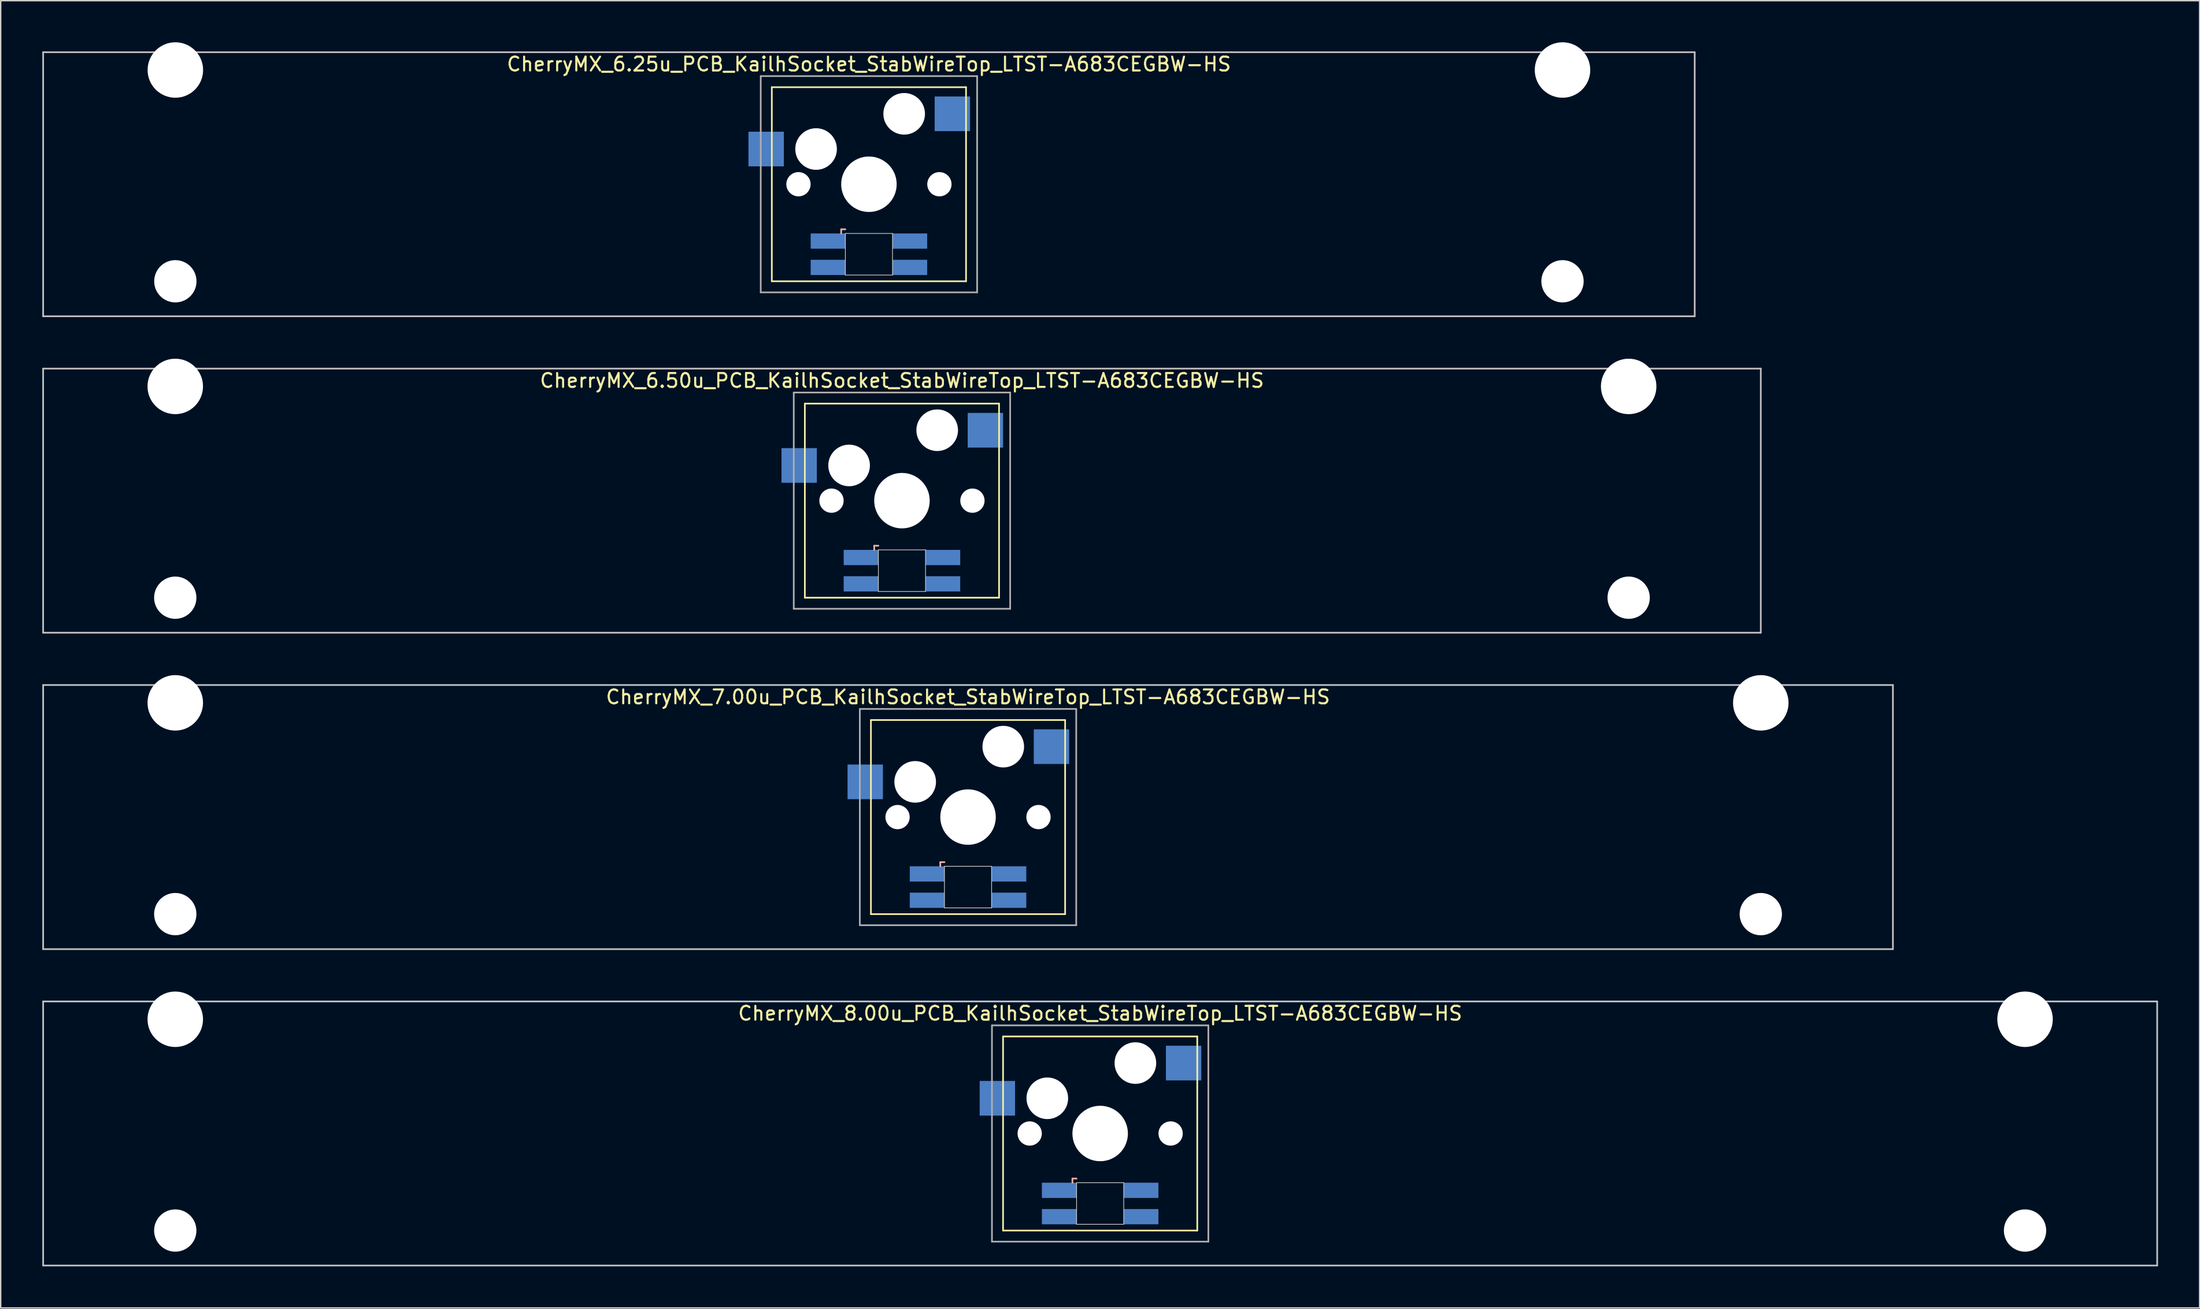
<source format=kicad_pcb>
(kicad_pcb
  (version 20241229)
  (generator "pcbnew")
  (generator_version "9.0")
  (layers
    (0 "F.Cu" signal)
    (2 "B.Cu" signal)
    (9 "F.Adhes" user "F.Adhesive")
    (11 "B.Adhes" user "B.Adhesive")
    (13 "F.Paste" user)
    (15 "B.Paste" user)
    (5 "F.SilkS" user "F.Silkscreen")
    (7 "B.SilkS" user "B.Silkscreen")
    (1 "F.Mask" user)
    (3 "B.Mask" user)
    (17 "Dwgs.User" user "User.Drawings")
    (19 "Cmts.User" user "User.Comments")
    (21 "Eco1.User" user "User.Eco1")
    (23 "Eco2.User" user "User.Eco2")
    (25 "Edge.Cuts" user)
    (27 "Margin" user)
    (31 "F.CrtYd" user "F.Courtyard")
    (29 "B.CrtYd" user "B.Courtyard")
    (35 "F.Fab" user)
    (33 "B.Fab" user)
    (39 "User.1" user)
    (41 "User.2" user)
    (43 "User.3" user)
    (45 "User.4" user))
  (footprint "CherryMX_6.25u_PCB_KailhSocket_StabWireTop_LTST-A683CEGBW-HS"
    (layer "F.Cu")
    (at 59.591 10.24)
    (property "Reference" "CherryMX_6.25u_PCB_KailhSocket_StabWireTop_LTST-A683CEGBW-HS" (at 0 -8.662 0) (layer "F.SilkS") (effects (font (size 1 1) (thickness 0.15))))
    (attr through_hole)
    (fp_line (start -7 -7) (end -7 7) (stroke (width 0.12) (type solid)) (layer "F.SilkS"))
    (fp_line (start -7 -7) (end 7 -7) (stroke (width 0.12) (type solid)) (layer "F.SilkS"))
    (fp_line (start 7 -7) (end 7 7) (stroke (width 0.12) (type solid)) (layer "F.SilkS"))
    (fp_line (start 7 7) (end -7 7) (stroke (width 0.12) (type solid)) (layer "F.SilkS"))
    (fp_line (start -2 3.25) (end -2 3.55) (stroke (width 0.12) (type solid)) (layer "B.SilkS"))
    (fp_line (start -1.7 3.25) (end -2 3.25) (stroke (width 0.12) (type solid)) (layer "B.SilkS"))
    (fp_line (start -59.531 -9.525) (end 59.531 -9.525) (stroke (width 0.12) (type solid)) (layer "Dwgs.User"))
    (fp_line (start -59.531 9.525) (end -59.531 -9.525) (stroke (width 0.12) (type solid)) (layer "Dwgs.User"))
    (fp_line (start 59.531 -9.525) (end 59.531 9.525) (stroke (width 0.12) (type solid)) (layer "Dwgs.User"))
    (fp_line (start 59.531 9.525) (end -59.531 9.525) (stroke (width 0.12) (type solid)) (layer "Dwgs.User"))
    (fp_line (start -1.7 3.55) (end 1.7 3.55) (stroke (width 0.05) (type solid)) (layer "Edge.Cuts"))
    (fp_line (start -1.7 6.55) (end -1.7 3.55) (stroke (width 0.05) (type solid)) (layer "Edge.Cuts"))
    (fp_line (start 1.7 3.55) (end 1.7 6.55) (stroke (width 0.05) (type solid)) (layer "Edge.Cuts"))
    (fp_line (start 1.7 6.55) (end -1.7 6.55) (stroke (width 0.05) (type solid)) (layer "Edge.Cuts"))
    (fp_line (start -7.8 -7.8) (end -7.8 7.8) (stroke (width 0.12) (type solid)) (layer "F.Fab"))
    (fp_line (start -7.8 -7.8) (end 7.8 -7.8) (stroke (width 0.12) (type solid)) (layer "F.Fab"))
    (fp_line (start -7.8 7.8) (end 7.8 7.8) (stroke (width 0.12) (type solid)) (layer "F.Fab"))
    (fp_line (start 7.8 -7.8) (end 7.8 7.8) (stroke (width 0.12) (type solid)) (layer "F.Fab"))
    (pad "" np_thru_hole circle (at -50 -8.24) (size 4 4) (drill 4) (layers "*.Cu" "*.Mask"))
    (pad "" np_thru_hole circle (at -50 7) (size 3.05 3.05) (drill 3.05) (layers "*.Cu" "*.Mask"))
    (pad "" np_thru_hole circle (at -5.08 0) (size 1.75 1.75) (drill 1.75) (layers "*.Cu" "*.Mask"))
    (pad "" np_thru_hole circle (at -3.81 -2.54) (size 3 3) (drill 3) (layers "*.Cu" "*.Mask"))
    (pad "" np_thru_hole circle (at 0 0) (size 4 4) (drill 4) (layers "*.Cu" "*.Mask"))
    (pad "" np_thru_hole circle (at 2.54 -5.08) (size 3 3) (drill 3) (layers "*.Cu" "*.Mask"))
    (pad "" np_thru_hole circle (at 5.08 0) (size 1.75 1.75) (drill 1.75) (layers "*.Cu" "*.Mask"))
    (pad "" np_thru_hole circle (at 50 -8.24) (size 4 4) (drill 4) (layers "*.Cu" "*.Mask"))
    (pad "" np_thru_hole circle (at 50 7) (size 3.05 3.05) (drill 3.05) (layers "*.Cu" "*.Mask"))
    (pad "1" smd rect (at -7.41 -2.54) (size 2.55 2.5) (layers "B.Cu" "B.Mask" "B.Paste"))
    (pad "2" smd rect (at 6.015 -5.08) (size 2.55 2.5) (layers "B.Cu" "B.Mask" "B.Paste"))
    (pad "3" smd rect (at -2.95 4.1) (size 2.5 1.1) (layers "B.Cu" "B.Mask" "B.Paste"))
    (pad "4" smd rect (at -2.95 6) (size 2.5 1.1) (layers "B.Cu" "B.Mask" "B.Paste"))
    (pad "5" smd rect (at 2.95 4.1) (size 2.5 1.1) (layers "B.Cu" "B.Mask" "B.Paste"))
    (pad "6" smd rect (at 2.95 6) (size 2.5 1.1) (layers "B.Cu" "B.Mask" "B.Paste")))
  (footprint "CherryMX_7.00u_PCB_KailhSocket_StabWireTop_LTST-A683CEGBW-HS"
    (layer "F.Cu")
    (at 66.735 55.89)
    (property "Reference" "CherryMX_7.00u_PCB_KailhSocket_StabWireTop_LTST-A683CEGBW-HS" (at 0 -8.662 0) (layer "F.SilkS") (effects (font (size 1 1) (thickness 0.15))))
    (attr through_hole)
    (fp_line (start -7 -7) (end -7 7) (stroke (width 0.12) (type solid)) (layer "F.SilkS"))
    (fp_line (start -7 -7) (end 7 -7) (stroke (width 0.12) (type solid)) (layer "F.SilkS"))
    (fp_line (start 7 -7) (end 7 7) (stroke (width 0.12) (type solid)) (layer "F.SilkS"))
    (fp_line (start 7 7) (end -7 7) (stroke (width 0.12) (type solid)) (layer "F.SilkS"))
    (fp_line (start -2 3.25) (end -2 3.55) (stroke (width 0.12) (type solid)) (layer "B.SilkS"))
    (fp_line (start -1.7 3.25) (end -2 3.25) (stroke (width 0.12) (type solid)) (layer "B.SilkS"))
    (fp_line (start -66.675 -9.525) (end 66.675 -9.525) (stroke (width 0.12) (type solid)) (layer "Dwgs.User"))
    (fp_line (start -66.675 9.525) (end -66.675 -9.525) (stroke (width 0.12) (type solid)) (layer "Dwgs.User"))
    (fp_line (start 66.675 -9.525) (end 66.675 9.525) (stroke (width 0.12) (type solid)) (layer "Dwgs.User"))
    (fp_line (start 66.675 9.525) (end -66.675 9.525) (stroke (width 0.12) (type solid)) (layer "Dwgs.User"))
    (fp_line (start -1.7 3.55) (end 1.7 3.55) (stroke (width 0.05) (type solid)) (layer "Edge.Cuts"))
    (fp_line (start -1.7 6.55) (end -1.7 3.55) (stroke (width 0.05) (type solid)) (layer "Edge.Cuts"))
    (fp_line (start 1.7 3.55) (end 1.7 6.55) (stroke (width 0.05) (type solid)) (layer "Edge.Cuts"))
    (fp_line (start 1.7 6.55) (end -1.7 6.55) (stroke (width 0.05) (type solid)) (layer "Edge.Cuts"))
    (fp_line (start -7.8 -7.8) (end -7.8 7.8) (stroke (width 0.12) (type solid)) (layer "F.Fab"))
    (fp_line (start -7.8 -7.8) (end 7.8 -7.8) (stroke (width 0.12) (type solid)) (layer "F.Fab"))
    (fp_line (start -7.8 7.8) (end 7.8 7.8) (stroke (width 0.12) (type solid)) (layer "F.Fab"))
    (fp_line (start 7.8 -7.8) (end 7.8 7.8) (stroke (width 0.12) (type solid)) (layer "F.Fab"))
    (pad "" np_thru_hole circle (at -57.15 -8.24) (size 4 4) (drill 4) (layers "*.Cu" "*.Mask"))
    (pad "" np_thru_hole circle (at -57.15 7) (size 3.05 3.05) (drill 3.05) (layers "*.Cu" "*.Mask"))
    (pad "" np_thru_hole circle (at -5.08 0) (size 1.75 1.75) (drill 1.75) (layers "*.Cu" "*.Mask"))
    (pad "" np_thru_hole circle (at -3.81 -2.54) (size 3 3) (drill 3) (layers "*.Cu" "*.Mask"))
    (pad "" np_thru_hole circle (at 0 0) (size 4 4) (drill 4) (layers "*.Cu" "*.Mask"))
    (pad "" np_thru_hole circle (at 2.54 -5.08) (size 3 3) (drill 3) (layers "*.Cu" "*.Mask"))
    (pad "" np_thru_hole circle (at 5.08 0) (size 1.75 1.75) (drill 1.75) (layers "*.Cu" "*.Mask"))
    (pad "" np_thru_hole circle (at 57.15 -8.24) (size 4 4) (drill 4) (layers "*.Cu" "*.Mask"))
    (pad "" np_thru_hole circle (at 57.15 7) (size 3.05 3.05) (drill 3.05) (layers "*.Cu" "*.Mask"))
    (pad "1" smd rect (at -7.41 -2.54) (size 2.55 2.5) (layers "B.Cu" "B.Mask" "B.Paste"))
    (pad "2" smd rect (at 6.015 -5.08) (size 2.55 2.5) (layers "B.Cu" "B.Mask" "B.Paste"))
    (pad "3" smd rect (at -2.95 4.1) (size 2.5 1.1) (layers "B.Cu" "B.Mask" "B.Paste"))
    (pad "4" smd rect (at -2.95 6) (size 2.5 1.1) (layers "B.Cu" "B.Mask" "B.Paste"))
    (pad "5" smd rect (at 2.95 4.1) (size 2.5 1.1) (layers "B.Cu" "B.Mask" "B.Paste"))
    (pad "6" smd rect (at 2.95 6) (size 2.5 1.1) (layers "B.Cu" "B.Mask" "B.Paste")))
  (footprint "CherryMX_8.00u_PCB_KailhSocket_StabWireTop_LTST-A683CEGBW-HS"
    (layer "F.Cu")
    (at 76.26 78.715)
    (property "Reference" "CherryMX_8.00u_PCB_KailhSocket_StabWireTop_LTST-A683CEGBW-HS" (at 0 -8.662 0) (layer "F.SilkS") (effects (font (size 1 1) (thickness 0.15))))
    (attr through_hole)
    (fp_line (start -7 -7) (end -7 7) (stroke (width 0.12) (type solid)) (layer "F.SilkS"))
    (fp_line (start -7 -7) (end 7 -7) (stroke (width 0.12) (type solid)) (layer "F.SilkS"))
    (fp_line (start 7 -7) (end 7 7) (stroke (width 0.12) (type solid)) (layer "F.SilkS"))
    (fp_line (start 7 7) (end -7 7) (stroke (width 0.12) (type solid)) (layer "F.SilkS"))
    (fp_line (start -2 3.25) (end -2 3.55) (stroke (width 0.12) (type solid)) (layer "B.SilkS"))
    (fp_line (start -1.7 3.25) (end -2 3.25) (stroke (width 0.12) (type solid)) (layer "B.SilkS"))
    (fp_line (start -76.2 -9.525) (end 76.2 -9.525) (stroke (width 0.12) (type solid)) (layer "Dwgs.User"))
    (fp_line (start -76.2 9.525) (end -76.2 -9.525) (stroke (width 0.12) (type solid)) (layer "Dwgs.User"))
    (fp_line (start 76.2 -9.525) (end 76.2 9.525) (stroke (width 0.12) (type solid)) (layer "Dwgs.User"))
    (fp_line (start 76.2 9.525) (end -76.2 9.525) (stroke (width 0.12) (type solid)) (layer "Dwgs.User"))
    (fp_line (start -1.7 3.55) (end 1.7 3.55) (stroke (width 0.05) (type solid)) (layer "Edge.Cuts"))
    (fp_line (start -1.7 6.55) (end -1.7 3.55) (stroke (width 0.05) (type solid)) (layer "Edge.Cuts"))
    (fp_line (start 1.7 3.55) (end 1.7 6.55) (stroke (width 0.05) (type solid)) (layer "Edge.Cuts"))
    (fp_line (start 1.7 6.55) (end -1.7 6.55) (stroke (width 0.05) (type solid)) (layer "Edge.Cuts"))
    (fp_line (start -7.8 -7.8) (end -7.8 7.8) (stroke (width 0.12) (type solid)) (layer "F.Fab"))
    (fp_line (start -7.8 -7.8) (end 7.8 -7.8) (stroke (width 0.12) (type solid)) (layer "F.Fab"))
    (fp_line (start -7.8 7.8) (end 7.8 7.8) (stroke (width 0.12) (type solid)) (layer "F.Fab"))
    (fp_line (start 7.8 -7.8) (end 7.8 7.8) (stroke (width 0.12) (type solid)) (layer "F.Fab"))
    (pad "" np_thru_hole circle (at -66.675 -8.24) (size 4 4) (drill 4) (layers "*.Cu" "*.Mask"))
    (pad "" np_thru_hole circle (at -66.675 7) (size 3.05 3.05) (drill 3.05) (layers "*.Cu" "*.Mask"))
    (pad "" np_thru_hole circle (at -5.08 0) (size 1.75 1.75) (drill 1.75) (layers "*.Cu" "*.Mask"))
    (pad "" np_thru_hole circle (at -3.81 -2.54) (size 3 3) (drill 3) (layers "*.Cu" "*.Mask"))
    (pad "" np_thru_hole circle (at 0 0) (size 4 4) (drill 4) (layers "*.Cu" "*.Mask"))
    (pad "" np_thru_hole circle (at 2.54 -5.08) (size 3 3) (drill 3) (layers "*.Cu" "*.Mask"))
    (pad "" np_thru_hole circle (at 5.08 0) (size 1.75 1.75) (drill 1.75) (layers "*.Cu" "*.Mask"))
    (pad "" np_thru_hole circle (at 66.675 -8.24) (size 4 4) (drill 4) (layers "*.Cu" "*.Mask"))
    (pad "" np_thru_hole circle (at 66.675 7) (size 3.05 3.05) (drill 3.05) (layers "*.Cu" "*.Mask"))
    (pad "1" smd rect (at -7.41 -2.54) (size 2.55 2.5) (layers "B.Cu" "B.Mask" "B.Paste"))
    (pad "2" smd rect (at 6.015 -5.08) (size 2.55 2.5) (layers "B.Cu" "B.Mask" "B.Paste"))
    (pad "3" smd rect (at -2.95 4.1) (size 2.5 1.1) (layers "B.Cu" "B.Mask" "B.Paste"))
    (pad "4" smd rect (at -2.95 6) (size 2.5 1.1) (layers "B.Cu" "B.Mask" "B.Paste"))
    (pad "5" smd rect (at 2.95 4.1) (size 2.5 1.1) (layers "B.Cu" "B.Mask" "B.Paste"))
    (pad "6" smd rect (at 2.95 6) (size 2.5 1.1) (layers "B.Cu" "B.Mask" "B.Paste")))
  (footprint "CherryMX_6.50u_PCB_KailhSocket_StabWireTop_LTST-A683CEGBW-HS"
    (layer "F.Cu")
    (at 61.972 33.065)
    (property "Reference" "CherryMX_6.50u_PCB_KailhSocket_StabWireTop_LTST-A683CEGBW-HS" (at 0 -8.662 0) (layer "F.SilkS") (effects (font (size 1 1) (thickness 0.15))))
    (attr through_hole)
    (fp_line (start -7 -7) (end -7 7) (stroke (width 0.12) (type solid)) (layer "F.SilkS"))
    (fp_line (start -7 -7) (end 7 -7) (stroke (width 0.12) (type solid)) (layer "F.SilkS"))
    (fp_line (start 7 -7) (end 7 7) (stroke (width 0.12) (type solid)) (layer "F.SilkS"))
    (fp_line (start 7 7) (end -7 7) (stroke (width 0.12) (type solid)) (layer "F.SilkS"))
    (fp_line (start -2 3.25) (end -2 3.55) (stroke (width 0.12) (type solid)) (layer "B.SilkS"))
    (fp_line (start -1.7 3.25) (end -2 3.25) (stroke (width 0.12) (type solid)) (layer "B.SilkS"))
    (fp_line (start -61.913 -9.525) (end 61.913 -9.525) (stroke (width 0.12) (type solid)) (layer "Dwgs.User"))
    (fp_line (start -61.913 9.525) (end -61.913 -9.525) (stroke (width 0.12) (type solid)) (layer "Dwgs.User"))
    (fp_line (start 61.913 -9.525) (end 61.913 9.525) (stroke (width 0.12) (type solid)) (layer "Dwgs.User"))
    (fp_line (start 61.913 9.525) (end -61.913 9.525) (stroke (width 0.12) (type solid)) (layer "Dwgs.User"))
    (fp_line (start -1.7 3.55) (end 1.7 3.55) (stroke (width 0.05) (type solid)) (layer "Edge.Cuts"))
    (fp_line (start -1.7 6.55) (end -1.7 3.55) (stroke (width 0.05) (type solid)) (layer "Edge.Cuts"))
    (fp_line (start 1.7 3.55) (end 1.7 6.55) (stroke (width 0.05) (type solid)) (layer "Edge.Cuts"))
    (fp_line (start 1.7 6.55) (end -1.7 6.55) (stroke (width 0.05) (type solid)) (layer "Edge.Cuts"))
    (fp_line (start -7.8 -7.8) (end -7.8 7.8) (stroke (width 0.12) (type solid)) (layer "F.Fab"))
    (fp_line (start -7.8 -7.8) (end 7.8 -7.8) (stroke (width 0.12) (type solid)) (layer "F.Fab"))
    (fp_line (start -7.8 7.8) (end 7.8 7.8) (stroke (width 0.12) (type solid)) (layer "F.Fab"))
    (fp_line (start 7.8 -7.8) (end 7.8 7.8) (stroke (width 0.12) (type solid)) (layer "F.Fab"))
    (pad "" np_thru_hole circle (at -52.388 -8.24) (size 4 4) (drill 4) (layers "*.Cu" "*.Mask"))
    (pad "" np_thru_hole circle (at -52.388 7) (size 3.05 3.05) (drill 3.05) (layers "*.Cu" "*.Mask"))
    (pad "" np_thru_hole circle (at -5.08 0) (size 1.75 1.75) (drill 1.75) (layers "*.Cu" "*.Mask"))
    (pad "" np_thru_hole circle (at -3.81 -2.54) (size 3 3) (drill 3) (layers "*.Cu" "*.Mask"))
    (pad "" np_thru_hole circle (at 0 0) (size 4 4) (drill 4) (layers "*.Cu" "*.Mask"))
    (pad "" np_thru_hole circle (at 2.54 -5.08) (size 3 3) (drill 3) (layers "*.Cu" "*.Mask"))
    (pad "" np_thru_hole circle (at 5.08 0) (size 1.75 1.75) (drill 1.75) (layers "*.Cu" "*.Mask"))
    (pad "" np_thru_hole circle (at 52.388 -8.24) (size 4 4) (drill 4) (layers "*.Cu" "*.Mask"))
    (pad "" np_thru_hole circle (at 52.388 7) (size 3.05 3.05) (drill 3.05) (layers "*.Cu" "*.Mask"))
    (pad "1" smd rect (at -7.41 -2.54) (size 2.55 2.5) (layers "B.Cu" "B.Mask" "B.Paste"))
    (pad "2" smd rect (at 6.015 -5.08) (size 2.55 2.5) (layers "B.Cu" "B.Mask" "B.Paste"))
    (pad "3" smd rect (at -2.95 4.1) (size 2.5 1.1) (layers "B.Cu" "B.Mask" "B.Paste"))
    (pad "4" smd rect (at -2.95 6) (size 2.5 1.1) (layers "B.Cu" "B.Mask" "B.Paste"))
    (pad "5" smd rect (at 2.95 4.1) (size 2.5 1.1) (layers "B.Cu" "B.Mask" "B.Paste"))
    (pad "6" smd rect (at 2.95 6) (size 2.5 1.1) (layers "B.Cu" "B.Mask" "B.Paste")))
  (gr_rect
    (start -3 -3)
    (end 155.52 91.3)
    (stroke (width 0.1) (type default))
    (fill no)
    (layer "Edge.Cuts")))
</source>
